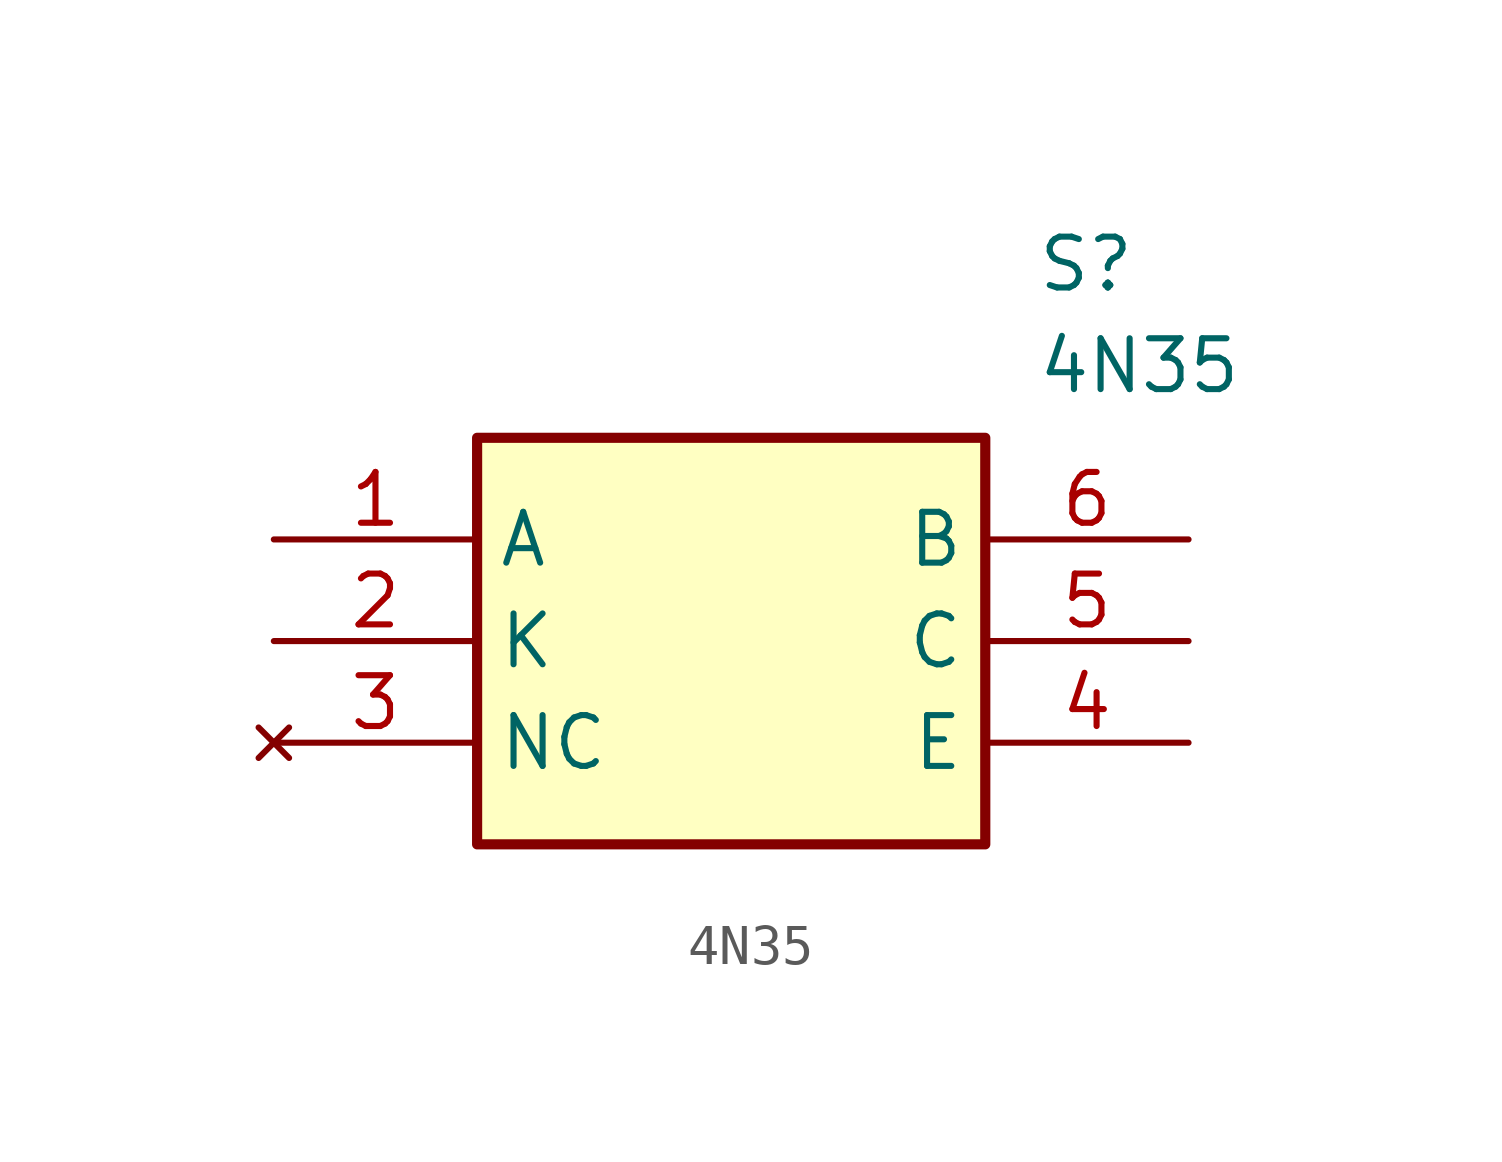
<source format=kicad_sym>
(kicad_symbol_lib
  (version 20211014)
  (generator SamacSys_ECAD_Model)
  (symbol "4N35"
    (property "Reference" "S"
      (at 19.05 7.62 0)
      (effects (font (size 1.27 1.27)) (justify left top)))
    (property "Value" "4N35"
      (at 19.05 5.08 0)
      (effects (font (size 1.27 1.27)) (justify left top)))
    (rectangle
      (start 5.08 2.54)
      (end 17.78 -7.62)
      (stroke (width 0.254) (type default))
      (fill (type background)))
    (pin passive line
      (at 0 0 0)
      (length 5.08)
      (name "A" (effects (font (size 1.27 1.27))))
      (number "1" (effects (font (size 1.27 1.27)))))
    (pin passive line
      (at 0 -2.54 0)
      (length 5.08)
      (name "K" (effects (font (size 1.27 1.27))))
      (number "2" (effects (font (size 1.27 1.27)))))
    (pin no_connect line
      (at 0 -5.08 0)
      (length 5.08)
      (name "NC" (effects (font (size 1.27 1.27))))
      (number "3" (effects (font (size 1.27 1.27)))))
    (pin passive line
      (at 22.86 0 180)
      (length 5.08)
      (name "B" (effects (font (size 1.27 1.27))))
      (number "6" (effects (font (size 1.27 1.27)))))
    (pin passive line
      (at 22.86 -2.54 180)
      (length 5.08)
      (name "C" (effects (font (size 1.27 1.27))))
      (number "5" (effects (font (size 1.27 1.27)))))
    (pin passive line
      (at 22.86 -5.08 180)
      (length 5.08)
      (name "E" (effects (font (size 1.27 1.27))))
      (number "4" (effects (font (size 1.27 1.27)))))))
</source>
